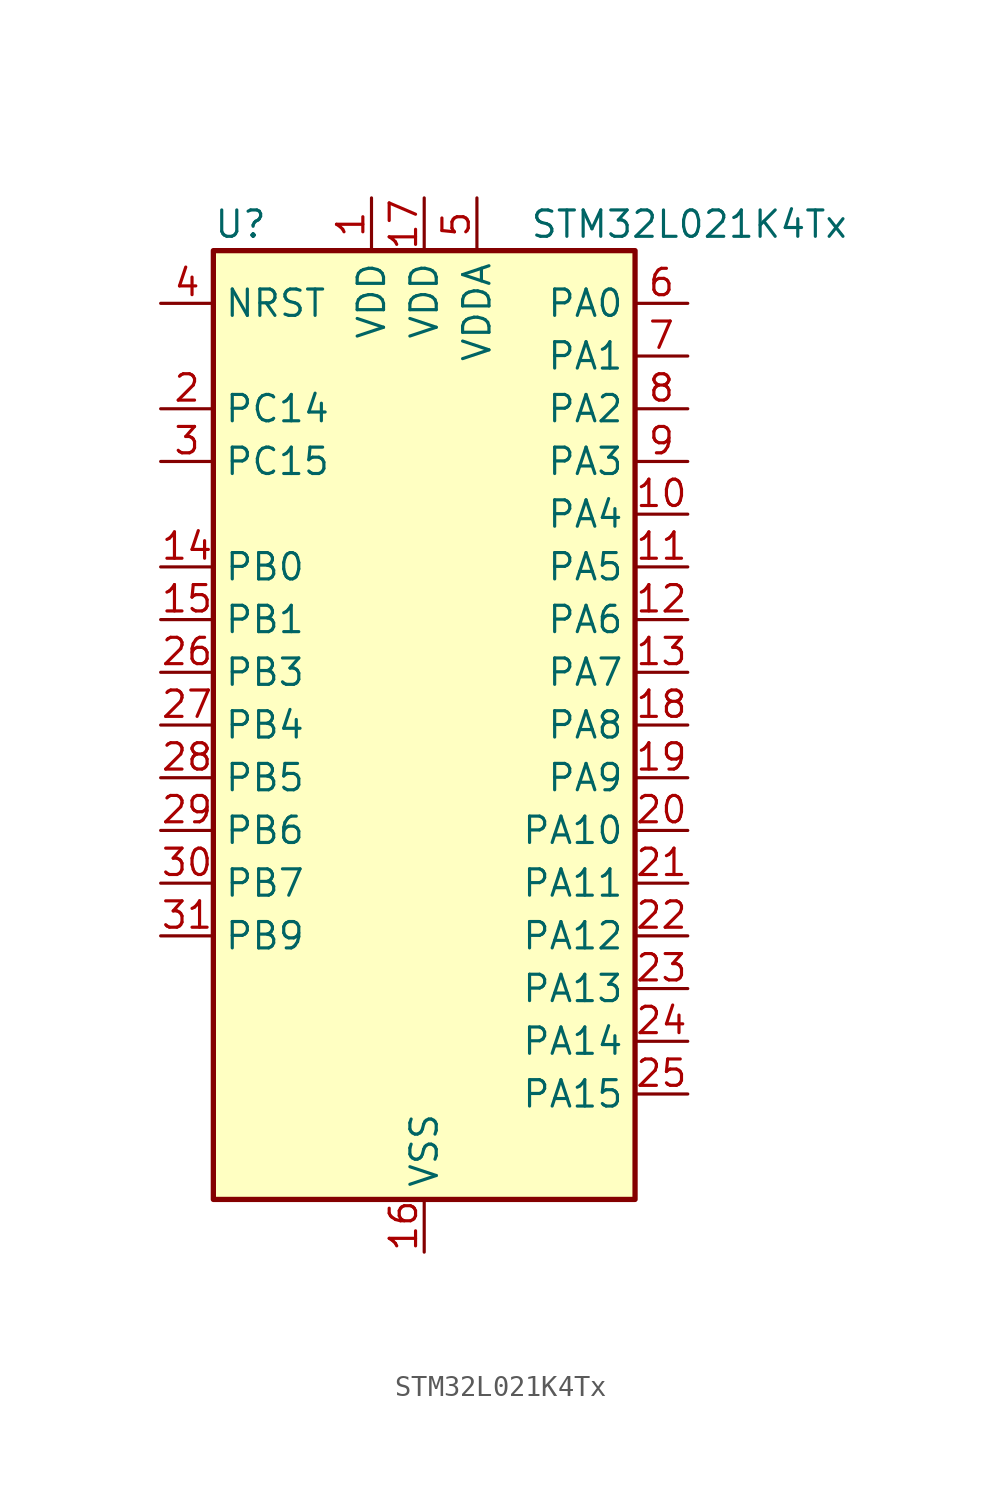
<source format=kicad_sym>
(kicad_symbol_lib
  (version 20220914)
  (generator kicad_symbol_editor)
  (symbol "STM32L021K4Tx"
    (property "Reference" "U"
      (at -10.16 24.13 0)
      (effects (font (size 1.27 1.27)) (justify left)))
    (property "Value" "STM32L021K4Tx"
      (at 5.08 24.13 0)
      (effects (font (size 1.27 1.27)) (justify left)))
    (property "ki_locked" ""
      (at 0 0 0)
      (effects (font (size 1.27 1.27))))
    (symbol "STM32L021K4Tx_0_1"
      (rectangle (start -10.16 -22.86) (end 10.16 22.86) (stroke (width 0.254) (type default)) (fill (type background))))
    (symbol "STM32L021K4Tx_1_1"
      (pin power_in line (at -2.54 25.4 270) (length 2.54) (name "VDD" (effects (font (size 1.27 1.27)))) (number "1" (effects (font (size 1.27 1.27)))))
      (pin bidirectional line (at 12.7 10.16 180) (length 2.54) (name "PA4" (effects (font (size 1.27 1.27)))) (number "10" (effects (font (size 1.27 1.27)))) (alternate "ADC_IN4" bidirectional line) (alternate "COMP1_INM" bidirectional line) (alternate "COMP2_INM" bidirectional line) (alternate "COMP2_OUT" bidirectional line) (alternate "I2C1_SCL" bidirectional line) (alternate "LPTIM1_ETR" bidirectional line) (alternate "LPTIM1_IN1" bidirectional line) (alternate "LPUART1_TX" bidirectional line) (alternate "SPI1_NSS" bidirectional line) (alternate "TIM2_ETR" bidirectional line) (alternate "USART2_CK" bidirectional line))
      (pin bidirectional line (at 12.7 7.62 180) (length 2.54) (name "PA5" (effects (font (size 1.27 1.27)))) (number "11" (effects (font (size 1.27 1.27)))) (alternate "ADC_IN5" bidirectional line) (alternate "COMP1_INM" bidirectional line) (alternate "COMP2_INM" bidirectional line) (alternate "LPTIM1_IN2" bidirectional line) (alternate "SPI1_SCK" bidirectional line) (alternate "TIM2_CH1" bidirectional line) (alternate "TIM2_ETR" bidirectional line))
      (pin bidirectional line (at 12.7 5.08 180) (length 2.54) (name "PA6" (effects (font (size 1.27 1.27)))) (number "12" (effects (font (size 1.27 1.27)))) (alternate "ADC_IN6" bidirectional line) (alternate "COMP1_OUT" bidirectional line) (alternate "LPTIM1_ETR" bidirectional line) (alternate "LPUART1_CTS" bidirectional line) (alternate "SPI1_MISO" bidirectional line))
      (pin bidirectional line (at 12.7 2.54 180) (length 2.54) (name "PA7" (effects (font (size 1.27 1.27)))) (number "13" (effects (font (size 1.27 1.27)))) (alternate "ADC_IN7" bidirectional line) (alternate "COMP2_INP" bidirectional line) (alternate "COMP2_OUT" bidirectional line) (alternate "LPTIM1_OUT" bidirectional line) (alternate "SPI1_MOSI" bidirectional line) (alternate "TIM21_ETR" bidirectional line) (alternate "USART2_CTS" bidirectional line))
      (pin bidirectional line (at -12.7 7.62 0) (length 2.54) (name "PB0" (effects (font (size 1.27 1.27)))) (number "14" (effects (font (size 1.27 1.27)))) (alternate "ADC_IN8" bidirectional line) (alternate "SPI1_MISO" bidirectional line) (alternate "SYS_VREF_OUT_PB0" bidirectional line) (alternate "TIM2_CH2" bidirectional line) (alternate "TIM2_CH3" bidirectional line) (alternate "USART2_DE" bidirectional line) (alternate "USART2_RTS" bidirectional line))
      (pin bidirectional line (at -12.7 5.08 0) (length 2.54) (name "PB1" (effects (font (size 1.27 1.27)))) (number "15" (effects (font (size 1.27 1.27)))) (alternate "ADC_IN9" bidirectional line) (alternate "LPTIM1_IN1" bidirectional line) (alternate "LPUART1_DE" bidirectional line) (alternate "LPUART1_RTS" bidirectional line) (alternate "SPI1_MOSI" bidirectional line) (alternate "SYS_VREF_OUT_PB1" bidirectional line) (alternate "TIM2_CH4" bidirectional line) (alternate "USART2_CK" bidirectional line))
      (pin power_in line (at 0 -25.4 90) (length 2.54) (name "VSS" (effects (font (size 1.27 1.27)))) (number "16" (effects (font (size 1.27 1.27)))))
      (pin power_in line (at 0 25.4 270) (length 2.54) (name "VDD" (effects (font (size 1.27 1.27)))) (number "17" (effects (font (size 1.27 1.27)))))
      (pin bidirectional line (at 12.7 0 180) (length 2.54) (name "PA8" (effects (font (size 1.27 1.27)))) (number "18" (effects (font (size 1.27 1.27)))) (alternate "LPTIM1_IN1" bidirectional line) (alternate "RCC_MCO" bidirectional line) (alternate "TIM2_CH1" bidirectional line) (alternate "USART2_CK" bidirectional line))
      (pin bidirectional line (at 12.7 -2.54 180) (length 2.54) (name "PA9" (effects (font (size 1.27 1.27)))) (number "19" (effects (font (size 1.27 1.27)))) (alternate "COMP1_OUT" bidirectional line) (alternate "I2C1_SCL" bidirectional line) (alternate "LPTIM1_OUT" bidirectional line) (alternate "RCC_MCO" bidirectional line) (alternate "TIM21_CH2" bidirectional line) (alternate "USART2_TX" bidirectional line))
      (pin bidirectional line (at -12.7 15.24 0) (length 2.54) (name "PC14" (effects (font (size 1.27 1.27)))) (number "2" (effects (font (size 1.27 1.27)))) (alternate "RCC_OSC32_IN" bidirectional line))
      (pin bidirectional line (at 12.7 -5.08 180) (length 2.54) (name "PA10" (effects (font (size 1.27 1.27)))) (number "20" (effects (font (size 1.27 1.27)))) (alternate "COMP1_OUT" bidirectional line) (alternate "I2C1_SDA" bidirectional line) (alternate "RTC_REFIN" bidirectional line) (alternate "TIM21_CH1" bidirectional line) (alternate "TIM2_CH3" bidirectional line) (alternate "USART2_RX" bidirectional line))
      (pin bidirectional line (at 12.7 -7.62 180) (length 2.54) (name "PA11" (effects (font (size 1.27 1.27)))) (number "21" (effects (font (size 1.27 1.27)))) (alternate "ADC_EXTI11" bidirectional line) (alternate "COMP1_OUT" bidirectional line) (alternate "LPTIM1_OUT" bidirectional line) (alternate "SPI1_MISO" bidirectional line) (alternate "TIM21_CH2" bidirectional line) (alternate "USART2_CTS" bidirectional line))
      (pin bidirectional line (at 12.7 -10.16 180) (length 2.54) (name "PA12" (effects (font (size 1.27 1.27)))) (number "22" (effects (font (size 1.27 1.27)))) (alternate "COMP2_OUT" bidirectional line) (alternate "SPI1_MOSI" bidirectional line) (alternate "USART2_DE" bidirectional line) (alternate "USART2_RTS" bidirectional line))
      (pin bidirectional line (at 12.7 -12.7 180) (length 2.54) (name "PA13" (effects (font (size 1.27 1.27)))) (number "23" (effects (font (size 1.27 1.27)))) (alternate "COMP1_OUT" bidirectional line) (alternate "I2C1_SDA" bidirectional line) (alternate "LPTIM1_ETR" bidirectional line) (alternate "LPUART1_RX" bidirectional line) (alternate "SPI1_SCK" bidirectional line) (alternate "SYS_SWDIO" bidirectional line))
      (pin bidirectional line (at 12.7 -15.24 180) (length 2.54) (name "PA14" (effects (font (size 1.27 1.27)))) (number "24" (effects (font (size 1.27 1.27)))) (alternate "COMP2_OUT" bidirectional line) (alternate "I2C1_SMBA" bidirectional line) (alternate "LPTIM1_OUT" bidirectional line) (alternate "LPUART1_TX" bidirectional line) (alternate "SPI1_MISO" bidirectional line) (alternate "SYS_SWCLK" bidirectional line) (alternate "USART2_TX" bidirectional line))
      (pin bidirectional line (at 12.7 -17.78 180) (length 2.54) (name "PA15" (effects (font (size 1.27 1.27)))) (number "25" (effects (font (size 1.27 1.27)))) (alternate "SPI1_NSS" bidirectional line) (alternate "TIM2_CH1" bidirectional line) (alternate "TIM2_ETR" bidirectional line) (alternate "USART2_RX" bidirectional line))
      (pin bidirectional line (at -12.7 2.54 0) (length 2.54) (name "PB3" (effects (font (size 1.27 1.27)))) (number "26" (effects (font (size 1.27 1.27)))) (alternate "COMP2_INM" bidirectional line) (alternate "SPI1_SCK" bidirectional line) (alternate "TIM2_CH2" bidirectional line))
      (pin bidirectional line (at -12.7 0 0) (length 2.54) (name "PB4" (effects (font (size 1.27 1.27)))) (number "27" (effects (font (size 1.27 1.27)))) (alternate "COMP2_INP" bidirectional line) (alternate "SPI1_MISO" bidirectional line))
      (pin bidirectional line (at -12.7 -2.54 0) (length 2.54) (name "PB5" (effects (font (size 1.27 1.27)))) (number "28" (effects (font (size 1.27 1.27)))) (alternate "COMP2_INP" bidirectional line) (alternate "I2C1_SMBA" bidirectional line) (alternate "LPTIM1_IN1" bidirectional line) (alternate "SPI1_MOSI" bidirectional line) (alternate "TIM21_CH1" bidirectional line))
      (pin bidirectional line (at -12.7 -5.08 0) (length 2.54) (name "PB6" (effects (font (size 1.27 1.27)))) (number "29" (effects (font (size 1.27 1.27)))) (alternate "COMP2_INP" bidirectional line) (alternate "I2C1_SCL" bidirectional line) (alternate "LPTIM1_ETR" bidirectional line) (alternate "LPUART1_TX" bidirectional line) (alternate "TIM2_CH3" bidirectional line) (alternate "USART2_TX" bidirectional line))
      (pin bidirectional line (at -12.7 12.7 0) (length 2.54) (name "PC15" (effects (font (size 1.27 1.27)))) (number "3" (effects (font (size 1.27 1.27)))) (alternate "RCC_OSC32_OUT" bidirectional line))
      (pin bidirectional line (at -12.7 -7.62 0) (length 2.54) (name "PB7" (effects (font (size 1.27 1.27)))) (number "30" (effects (font (size 1.27 1.27)))) (alternate "COMP2_INP" bidirectional line) (alternate "I2C1_SDA" bidirectional line) (alternate "LPTIM1_IN2" bidirectional line) (alternate "LPUART1_RX" bidirectional line) (alternate "SYS_PVD_IN" bidirectional line) (alternate "TIM2_CH4" bidirectional line) (alternate "USART2_RX" bidirectional line))
      (pin bidirectional line (at -12.7 -10.16 0) (length 2.54) (name "PB9" (effects (font (size 1.27 1.27)))) (number "31" (effects (font (size 1.27 1.27)))))
      (pin passive line (at 0 -25.4 90) (length 2.54) hide (name "VSS" (effects (font (size 1.27 1.27)))) (number "32" (effects (font (size 1.27 1.27)))))
      (pin input line (at -12.7 20.32 0) (length 2.54) (name "NRST" (effects (font (size 1.27 1.27)))) (number "4" (effects (font (size 1.27 1.27)))))
      (pin power_in line (at 2.54 25.4 270) (length 2.54) (name "VDDA" (effects (font (size 1.27 1.27)))) (number "5" (effects (font (size 1.27 1.27)))))
      (pin bidirectional line (at 12.7 20.32 180) (length 2.54) (name "PA0" (effects (font (size 1.27 1.27)))) (number "6" (effects (font (size 1.27 1.27)))) (alternate "ADC_IN0" bidirectional line) (alternate "COMP1_INM" bidirectional line) (alternate "COMP1_OUT" bidirectional line) (alternate "LPTIM1_IN1" bidirectional line) (alternate "LPUART1_RX" bidirectional line) (alternate "RCC_CK_IN" bidirectional line) (alternate "RTC_TAMP2" bidirectional line) (alternate "SYS_WKUP1" bidirectional line) (alternate "TIM2_CH1" bidirectional line) (alternate "TIM2_ETR" bidirectional line) (alternate "USART2_CTS" bidirectional line) (alternate "USART2_RX" bidirectional line))
      (pin bidirectional line (at 12.7 17.78 180) (length 2.54) (name "PA1" (effects (font (size 1.27 1.27)))) (number "7" (effects (font (size 1.27 1.27)))) (alternate "ADC_IN1" bidirectional line) (alternate "COMP1_INP" bidirectional line) (alternate "I2C1_SMBA" bidirectional line) (alternate "LPTIM1_IN2" bidirectional line) (alternate "LPUART1_TX" bidirectional line) (alternate "TIM21_ETR" bidirectional line) (alternate "TIM2_CH2" bidirectional line) (alternate "USART2_DE" bidirectional line) (alternate "USART2_RTS" bidirectional line))
      (pin bidirectional line (at 12.7 15.24 180) (length 2.54) (name "PA2" (effects (font (size 1.27 1.27)))) (number "8" (effects (font (size 1.27 1.27)))) (alternate "ADC_IN2" bidirectional line) (alternate "COMP2_INM" bidirectional line) (alternate "COMP2_OUT" bidirectional line) (alternate "LPUART1_TX" bidirectional line) (alternate "RTC_OUT_ALARM" bidirectional line) (alternate "RTC_OUT_CALIB" bidirectional line) (alternate "RTC_TAMP3" bidirectional line) (alternate "RTC_TS" bidirectional line) (alternate "SYS_WKUP3" bidirectional line) (alternate "TIM21_CH1" bidirectional line) (alternate "TIM2_CH3" bidirectional line) (alternate "USART2_TX" bidirectional line))
      (pin bidirectional line (at 12.7 12.7 180) (length 2.54) (name "PA3" (effects (font (size 1.27 1.27)))) (number "9" (effects (font (size 1.27 1.27)))) (alternate "ADC_IN3" bidirectional line) (alternate "COMP2_INP" bidirectional line) (alternate "LPUART1_RX" bidirectional line) (alternate "TIM21_CH2" bidirectional line) (alternate "TIM2_CH4" bidirectional line) (alternate "USART2_RX" bidirectional line)))))
</source>
